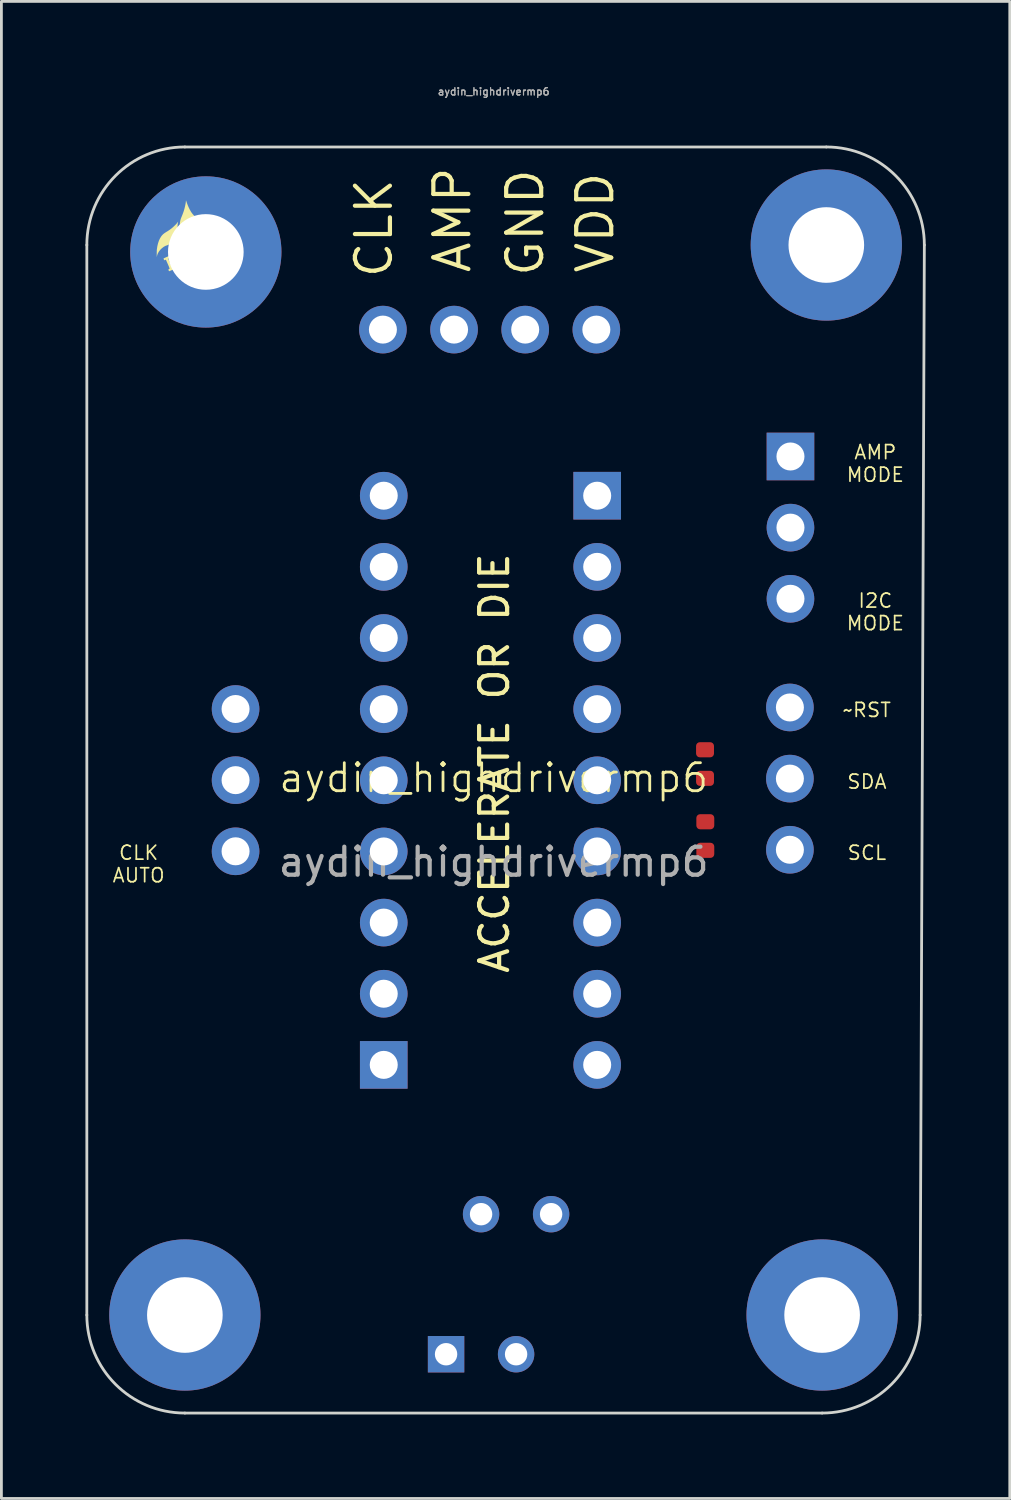
<source format=kicad_pcb>
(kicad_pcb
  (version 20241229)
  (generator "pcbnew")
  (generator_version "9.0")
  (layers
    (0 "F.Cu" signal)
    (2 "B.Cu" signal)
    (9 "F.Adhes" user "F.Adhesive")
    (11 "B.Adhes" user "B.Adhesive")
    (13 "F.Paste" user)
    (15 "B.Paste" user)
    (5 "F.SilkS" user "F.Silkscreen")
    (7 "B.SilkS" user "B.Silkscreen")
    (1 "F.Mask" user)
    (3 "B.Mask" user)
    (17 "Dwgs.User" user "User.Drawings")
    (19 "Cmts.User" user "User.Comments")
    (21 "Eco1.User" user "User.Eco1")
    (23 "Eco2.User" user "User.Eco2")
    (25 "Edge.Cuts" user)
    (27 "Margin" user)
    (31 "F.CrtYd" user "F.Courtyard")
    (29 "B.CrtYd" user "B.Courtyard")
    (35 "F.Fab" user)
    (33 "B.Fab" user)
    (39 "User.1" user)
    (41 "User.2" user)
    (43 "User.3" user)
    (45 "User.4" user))
  (footprint "aydin_highdrivermp6"
    (layer "F.Cu")
    (at 14.575 25.222)
    (property "Reference" "aydin_highdrivermp6" (at 0 -0.5 0) (unlocked yes) (layer "F.SilkS") (effects (font (size 1 1) (thickness 0.1))))
    (attr smd)
    (fp_poly (pts (xy -10.953 -21.027) (xy -10.922 -20.944) (xy -10.885 -20.859) (xy -10.844 -20.777) (xy -10.801 -20.703) (xy -10.789 -20.686) (xy -10.759 -20.645) (xy -10.721 -20.6) (xy -10.679 -20.554) (xy -10.666 -20.541) (xy -10.588 -20.463) (xy -10.622 -20.415) (xy -10.66 -20.362) (xy -10.706 -20.302) (xy -10.758 -20.237) (xy -10.813 -20.169) (xy -10.823 -20.156) (xy -10.867 -20.102) (xy -10.903 -20.052) (xy -10.933 -20.004) (xy -10.959 -19.953) (xy -10.983 -19.897) (xy -11.007 -19.831) (xy -11.011 -19.818) (xy -11.022 -19.785) (xy -11.034 -19.745) (xy -11.046 -19.702) (xy -11.058 -19.658) (xy -11.069 -19.616) (xy -11.078 -19.578) (xy -11.084 -19.549) (xy -11.088 -19.529) (xy -11.088 -19.525) (xy -11.09 -19.511) (xy -11.094 -19.506) (xy -11.098 -19.511) (xy -11.104 -19.528) (xy -11.112 -19.555) (xy -11.122 -19.59) (xy -11.13 -19.623) (xy -11.162 -19.768) (xy -11.186 -19.908) (xy -11.202 -20.04) (xy -11.204 -20.069) (xy -11.209 -20.167) (xy -11.208 -20.255) (xy -11.2 -20.334) (xy -11.186 -20.407) (xy -11.165 -20.477) (xy -11.138 -20.543) (xy -11.103 -20.629) (xy -11.07 -20.721) (xy -11.041 -20.816) (xy -11.018 -20.911) (xy -11 -21) (xy -10.992 -21.056) (xy -10.985 -21.123)) (stroke (width 0) (type solid)) (fill yes) (layer "F.SilkS"))
    (fp_poly (pts (xy -11.581 -19.099) (xy -11.572 -19.08) (xy -11.566 -19.067) (xy -11.566 -19.064) (xy -11.572 -19.06) (xy -11.587 -19.053) (xy -11.594 -19.05) (xy -11.622 -19.039) (xy -11.569 -18.917) (xy -11.551 -18.875) (xy -11.533 -18.834) (xy -11.517 -18.798) (xy -11.505 -18.769) (xy -11.498 -18.754) (xy -11.479 -18.712) (xy -11.457 -18.724) (xy -11.438 -18.732) (xy -11.426 -18.731) (xy -11.416 -18.719) (xy -11.407 -18.701) (xy -11.393 -18.671) (xy -11.486 -18.63) (xy -11.52 -18.615) (xy -11.55 -18.603) (xy -11.572 -18.594) (xy -11.584 -18.59) (xy -11.586 -18.59) (xy -11.593 -18.596) (xy -11.601 -18.611) (xy -11.605 -18.619) (xy -11.612 -18.643) (xy -11.61 -18.657) (xy -11.599 -18.662) (xy -11.599 -18.662) (xy -11.586 -18.666) (xy -11.577 -18.672) (xy -11.574 -18.675) (xy -11.572 -18.682) (xy -11.574 -18.691) (xy -11.578 -18.706) (xy -11.585 -18.727) (xy -11.596 -18.755) (xy -11.611 -18.791) (xy -11.631 -18.837) (xy -11.655 -18.893) (xy -11.686 -18.962) (xy -11.688 -18.968) (xy -11.704 -19.002) (xy -11.73 -18.991) (xy -11.747 -18.984) (xy -11.757 -18.981) (xy -11.758 -18.98) (xy -11.764 -18.986) (xy -11.772 -19.001) (xy -11.779 -19.019) (xy -11.785 -19.036) (xy -11.785 -19.045) (xy -11.785 -19.046) (xy -11.776 -19.05) (xy -11.757 -19.06) (xy -11.73 -19.072) (xy -11.697 -19.087) (xy -11.688 -19.091) (xy -11.596 -19.131)) (stroke (width 0) (type solid)) (fill yes) (layer "F.SilkS"))
    (fp_poly (pts (xy -10.878 -19.522) (xy -10.859 -19.498) (xy -10.847 -19.478) (xy -10.842 -19.465) (xy -10.843 -19.461) (xy -10.852 -19.459) (xy -10.871 -19.456) (xy -10.892 -19.454) (xy -10.943 -19.445) (xy -10.989 -19.426) (xy -11.028 -19.399) (xy -11.057 -19.365) (xy -11.07 -19.338) (xy -11.076 -19.299) (xy -11.07 -19.258) (xy -11.054 -19.217) (xy -11.029 -19.177) (xy -10.998 -19.142) (xy -10.962 -19.115) (xy -10.922 -19.097) (xy -10.903 -19.092) (xy -10.869 -19.093) (xy -10.832 -19.105) (xy -10.796 -19.126) (xy -10.778 -19.142) (xy -10.762 -19.161) (xy -10.745 -19.185) (xy -10.731 -19.21) (xy -10.721 -19.232) (xy -10.719 -19.243) (xy -10.715 -19.256) (xy -10.708 -19.267) (xy -10.7 -19.275) (xy -10.694 -19.275) (xy -10.684 -19.265) (xy -10.679 -19.259) (xy -10.659 -19.235) (xy -10.647 -19.219) (xy -10.643 -19.206) (xy -10.645 -19.194) (xy -10.653 -19.178) (xy -10.653 -19.178) (xy -10.685 -19.126) (xy -10.725 -19.082) (xy -10.771 -19.047) (xy -10.82 -19.021) (xy -10.871 -19.007) (xy -10.921 -19.005) (xy -10.947 -19.009) (xy -10.996 -19.028) (xy -11.043 -19.059) (xy -11.085 -19.1) (xy -11.121 -19.15) (xy -11.149 -19.205) (xy -11.158 -19.243) (xy -11.161 -19.287) (xy -11.158 -19.331) (xy -11.149 -19.364) (xy -11.123 -19.411) (xy -11.085 -19.454) (xy -11.037 -19.491) (xy -10.981 -19.52) (xy -10.948 -19.531) (xy -10.899 -19.547)) (stroke (width 0) (type solid)) (fill yes) (layer "F.SilkS"))
    (fp_poly (pts (xy -11.266 -20.356) (xy -11.269 -20.339) (xy -11.274 -20.315) (xy -11.275 -20.314) (xy -11.279 -20.291) (xy -11.282 -20.264) (xy -11.284 -20.228) (xy -11.286 -20.183) (xy -11.286 -20.127) (xy -11.286 -20.098) (xy -11.286 -20.041) (xy -11.286 -19.996) (xy -11.285 -19.959) (xy -11.282 -19.928) (xy -11.279 -19.899) (xy -11.275 -19.871) (xy -11.271 -19.849) (xy -11.264 -19.814) (xy -11.258 -19.784) (xy -11.253 -19.761) (xy -11.25 -19.75) (xy -11.25 -19.742) (xy -11.255 -19.734) (xy -11.267 -19.723) (xy -11.289 -19.708) (xy -11.31 -19.695) (xy -11.369 -19.66) (xy -11.43 -19.626) (xy -11.492 -19.593) (xy -11.551 -19.563) (xy -11.607 -19.537) (xy -11.655 -19.516) (xy -11.694 -19.502) (xy -11.703 -19.5) (xy -11.721 -19.492) (xy -11.746 -19.479) (xy -11.774 -19.463) (xy -11.779 -19.46) (xy -11.844 -19.411) (xy -11.902 -19.355) (xy -11.95 -19.295) (xy -11.987 -19.231) (xy -12.012 -19.167) (xy -12.021 -19.126) (xy -12.024 -19.105) (xy -12.026 -19.097) (xy -12.028 -19.102) (xy -12.028 -19.111) (xy -12.029 -19.138) (xy -12.03 -19.174) (xy -12.03 -19.215) (xy -12.029 -19.258) (xy -12.028 -19.299) (xy -12.027 -19.334) (xy -12.026 -19.36) (xy -12.025 -19.366) (xy -12.008 -19.48) (xy -11.984 -19.582) (xy -11.954 -19.673) (xy -11.917 -19.755) (xy -11.873 -19.828) (xy -11.853 -19.855) (xy -11.826 -19.886) (xy -11.795 -19.916) (xy -11.756 -19.946) (xy -11.708 -19.978) (xy -11.674 -19.999) (xy -11.635 -20.023) (xy -11.593 -20.051) (xy -11.554 -20.078) (xy -11.533 -20.093) (xy -11.495 -20.123) (xy -11.453 -20.158) (xy -11.412 -20.197) (xy -11.372 -20.235) (xy -11.336 -20.272) (xy -11.308 -20.304) (xy -11.293 -20.323) (xy -11.279 -20.343) (xy -11.269 -20.357) (xy -11.265 -20.363)) (stroke (width 0) (type solid)) (fill yes) (layer "F.SilkS"))
    (fp_poly (pts (xy -10.398 -20.112) (xy -10.383 -20.102) (xy -10.365 -20.088) (xy -10.349 -20.074) (xy -10.338 -20.063) (xy -10.335 -20.059) (xy -10.341 -20.053) (xy -10.357 -20.043) (xy -10.38 -20.031) (xy -10.382 -20.03) (xy -10.42 -20.008) (xy -10.453 -19.98) (xy -10.481 -19.949) (xy -10.501 -19.917) (xy -10.511 -19.887) (xy -10.511 -19.861) (xy -10.508 -19.854) (xy -10.492 -19.833) (xy -10.469 -19.822) (xy -10.448 -19.823) (xy -10.435 -19.829) (xy -10.415 -19.843) (xy -10.39 -19.863) (xy -10.367 -19.882) (xy -10.328 -19.914) (xy -10.296 -19.938) (xy -10.269 -19.953) (xy -10.244 -19.962) (xy -10.22 -19.964) (xy -10.216 -19.964) (xy -10.179 -19.96) (xy -10.148 -19.944) (xy -10.12 -19.918) (xy -10.095 -19.88) (xy -10.083 -19.837) (xy -10.085 -19.791) (xy -10.1 -19.743) (xy -10.128 -19.694) (xy -10.165 -19.647) (xy -10.189 -19.624) (xy -10.215 -19.601) (xy -10.241 -19.582) (xy -10.263 -19.567) (xy -10.279 -19.56) (xy -10.282 -19.559) (xy -10.291 -19.563) (xy -10.308 -19.574) (xy -10.326 -19.586) (xy -10.345 -19.601) (xy -10.358 -19.614) (xy -10.362 -19.621) (xy -10.354 -19.627) (xy -10.337 -19.635) (xy -10.314 -19.645) (xy -10.276 -19.664) (xy -10.24 -19.691) (xy -10.208 -19.722) (xy -10.183 -19.755) (xy -10.169 -19.785) (xy -10.165 -19.818) (xy -10.172 -19.844) (xy -10.19 -19.862) (xy -10.199 -19.866) (xy -10.215 -19.87) (xy -10.231 -19.868) (xy -10.25 -19.859) (xy -10.273 -19.843) (xy -10.303 -19.818) (xy -10.317 -19.806) (xy -10.36 -19.77) (xy -10.397 -19.745) (xy -10.431 -19.731) (xy -10.462 -19.726) (xy -10.465 -19.726) (xy -10.497 -19.732) (xy -10.53 -19.749) (xy -10.559 -19.774) (xy -10.582 -19.803) (xy -10.593 -19.831) (xy -10.595 -19.881) (xy -10.583 -19.931) (xy -10.556 -19.982) (xy -10.519 -20.03) (xy -10.497 -20.052) (xy -10.472 -20.074) (xy -10.447 -20.093) (xy -10.426 -20.108) (xy -10.411 -20.116) (xy -10.407 -20.116)) (stroke (width 0) (type solid)) (fill yes) (layer "F.SilkS"))
    (fp_line (start -14.525 -19.525) (end -14.525 18.675) (stroke (width 0.1) (type solid)) (layer "Edge.Cuts"))
    (fp_line (start -11.025 22.175) (end 11.725 22.175) (stroke (width 0.1) (type solid)) (layer "Edge.Cuts"))
    (fp_line (start 11.875 -23.025) (end -11.025 -23.025) (stroke (width 0.1) (type solid)) (layer "Edge.Cuts"))
    (fp_line (start 15.225 18.675) (end 15.375 -19.525) (stroke (width 0.1) (type solid)) (layer "Edge.Cuts"))
    (fp_arc (start -14.525126 -19.525126) (mid -13.5 -22) (end -11.025126 -23.025126) (stroke (width 0.1) (type solid)) (layer "Edge.Cuts"))
    (fp_arc (start -11.025125 22.174873) (mid -13.499999 21.149747) (end -14.525125 18.674873) (stroke (width 0.1) (type solid)) (layer "Edge.Cuts"))
    (fp_arc (start 11.874873 -23.025125) (mid 14.349743 -21.999997) (end 15.374873 -19.525125) (stroke (width 0.1) (type solid)) (layer "Edge.Cuts"))
    (fp_arc (start 15.224873 18.674873) (mid 14.199746 21.149746) (end 11.724873 22.174873) (stroke (width 0.1) (type solid)) (layer "Edge.Cuts"))
    (fp_text user "SDA" (at 13.325 -0.365 0) (unlocked yes) (layer "F.SilkS") (effects (font (size 0.5 0.5) (thickness 0.062))))
    (fp_text user "ACCELERATE OR DIE" (at 0.025 -1.025 90) (unlocked yes) (layer "F.SilkS") (effects (font (size 1 1) (thickness 0.15))))
    (fp_text user "CLK\nAUTO" (at -12.675 2.575 0) (unlocked yes) (layer "F.SilkS") (effects (font (size 0.5 0.5) (thickness 0.062))))
    (fp_text user "SCL" (at 13.325 2.175 0) (unlocked yes) (layer "F.SilkS") (effects (font (size 0.5 0.5) (thickness 0.062))))
    (fp_text user "~RST" (at 13.325 -2.925 0) (unlocked yes) (layer "F.SilkS") (effects (font (size 0.5 0.5) (thickness 0.062))))
    (fp_text user "GND" (at 1.125 -20.325 90) (unlocked yes) (layer "F.SilkS") (effects (font (size 1.25 1.25) (thickness 0.15))))
    (fp_text user "I2C\nMODE" (at 13.625 -6.425 0) (unlocked yes) (layer "F.SilkS") (effects (font (size 0.5 0.5) (thickness 0.062))))
    (fp_text user "AMP" (at -1.475 -20.425 90) (unlocked yes) (layer "F.SilkS") (effects (font (size 1.25 1.25) (thickness 0.15))))
    (fp_text user "CLK" (at -4.275 -20.125 90) (unlocked yes) (layer "F.SilkS") (effects (font (size 1.25 1.25) (thickness 0.15))))
    (fp_text user "AMP\nMODE" (at 13.625 -11.725 0) (unlocked yes) (layer "F.SilkS") (effects (font (size 0.5 0.5) (thickness 0.062))))
    (fp_text user "VDD" (at 3.625 -20.325 90) (unlocked yes) (layer "F.SilkS") (effects (font (size 1.25 1.25) (thickness 0.15))))
    (fp_text user "${REFERENCE}" (at 0 -25 0) (layer "F.Fab") (effects (font (size 0.26 0.26) (thickness 0.04))))
    (fp_text user "${REFERENCE}" (at 0 2.5 0) (unlocked yes) (layer "F.Fab") (effects (font (size 1 1) (thickness 0.15))))
    (fp_text user "${REFERENCE}" (at 0 -25 0) (layer "F.Fab") (effects (font (size 0.26 0.26) (thickness 0.04))))
    (pad "1" thru_hole circle (at -11.025 18.675) (size 5.4 5.4) (drill 2.7) (layers "*.Cu" "*.Mask"))
    (pad "1" thru_hole circle (at -10.277 -19.277) (size 5.4 5.4) (drill 2.7) (layers "*.Cu" "*.Mask"))
    (pad "1" thru_hole circle (at -9.215 2.12 180) (size 1.7 1.7) (drill 1) (layers "*.Cu" "*.Mask"))
    (pad "1" thru_hole rect (at -3.925 9.745 180) (size 1.7 1.7) (drill 1) (layers "*.Cu" "*.Mask"))
    (pad "1" thru_hole rect (at -1.7 20.075) (size 1.3 1.3) (drill 0.8) (layers "*.Cu"))
    (pad "1" thru_hole circle (at 3.665 -16.505 270) (size 1.7 1.7) (drill 1) (layers "*.Cu" "*.Mask"))
    (pad "1" thru_hole rect (at 3.695 -10.575) (size 1.7 1.7) (drill 1) (layers "*.Cu" "*.Mask"))
    (pad "1" smd roundrect (at 7.545 -0.485 90) (size 0.54 0.64) (layers "F.Cu" "F.Mask" "F.Paste") (roundrect_rratio 0.25))
    (pad "1" smd roundrect (at 7.555 2.085 90) (size 0.54 0.64) (layers "F.Cu" "F.Mask" "F.Paste") (roundrect_rratio 0.25))
    (pad "1" thru_hole circle (at 10.575 2.065 180) (size 1.7 1.7) (drill 1) (layers "*.Cu" "*.Mask"))
    (pad "1" thru_hole rect (at 10.595 -11.975) (size 1.7 1.7) (drill 1) (layers "*.Cu" "*.Mask"))
    (pad "1" thru_hole circle (at 11.725 18.675) (size 5.4 5.4) (drill 2.7) (layers "*.Cu" "*.Mask"))
    (pad "1" thru_hole circle (at 11.875 -19.525) (size 5.4 5.4) (drill 2.7) (layers "*.Cu" "*.Mask"))
    (pad "2" thru_hole oval (at -9.215 -0.42 180) (size 1.7 1.7) (drill 1) (layers "*.Cu" "*.Mask"))
    (pad "2" thru_hole oval (at -3.925 7.205 180) (size 1.7 1.7) (drill 1) (layers "*.Cu" "*.Mask"))
    (pad "2" thru_hole circle (at -0.45 15.075) (size 1.3 1.3) (drill 0.8) (layers "*.Cu"))
    (pad "2" thru_hole oval (at 1.125 -16.505 270) (size 1.7 1.7) (drill 1) (layers "*.Cu" "*.Mask"))
    (pad "2" thru_hole oval (at 3.695 -8.035) (size 1.7 1.7) (drill 1) (layers "*.Cu" "*.Mask"))
    (pad "2" smd roundrect (at 7.545 -1.505 90) (size 0.54 0.64) (layers "F.Cu" "F.Mask" "F.Paste") (roundrect_rratio 0.25))
    (pad "2" smd roundrect (at 7.555 1.065 90) (size 0.54 0.64) (layers "F.Cu" "F.Mask" "F.Paste") (roundrect_rratio 0.25))
    (pad "2" thru_hole oval (at 10.575 -0.475 180) (size 1.7 1.7) (drill 1) (layers "*.Cu" "*.Mask"))
    (pad "2" thru_hole oval (at 10.595 -9.435) (size 1.7 1.7) (drill 1) (layers "*.Cu" "*.Mask"))
    (pad "3" thru_hole oval (at -9.215 -2.96 180) (size 1.7 1.7) (drill 1) (layers "*.Cu" "*.Mask"))
    (pad "3" thru_hole oval (at -3.925 4.665 180) (size 1.7 1.7) (drill 1) (layers "*.Cu" "*.Mask"))
    (pad "3" thru_hole oval (at -1.415 -16.505 270) (size 1.7 1.7) (drill 1) (layers "*.Cu" "*.Mask"))
    (pad "3" thru_hole circle (at 0.8 20.075) (size 1.3 1.3) (drill 0.8) (layers "*.Cu"))
    (pad "3" thru_hole oval (at 3.695 -5.495) (size 1.7 1.7) (drill 1) (layers "*.Cu" "*.Mask"))
    (pad "3" thru_hole oval (at 10.575 -3.015 180) (size 1.7 1.7) (drill 1) (layers "*.Cu" "*.Mask"))
    (pad "3" thru_hole oval (at 10.595 -6.895) (size 1.7 1.7) (drill 1) (layers "*.Cu" "*.Mask"))
    (pad "4" thru_hole oval (at -3.955 -16.505 270) (size 1.7 1.7) (drill 1) (layers "*.Cu" "*.Mask"))
    (pad "4" thru_hole oval (at -3.925 2.125 180) (size 1.7 1.7) (drill 1) (layers "*.Cu" "*.Mask"))
    (pad "4" thru_hole circle (at 2.05 15.075) (size 1.3 1.3) (drill 0.8) (layers "*.Cu"))
    (pad "4" thru_hole oval (at 3.695 -2.955) (size 1.7 1.7) (drill 1) (layers "*.Cu" "*.Mask"))
    (pad "5" thru_hole oval (at -3.925 -0.415 180) (size 1.7 1.7) (drill 1) (layers "*.Cu" "*.Mask"))
    (pad "5" thru_hole oval (at 3.695 -0.415) (size 1.7 1.7) (drill 1) (layers "*.Cu" "*.Mask"))
    (pad "6" thru_hole oval (at -3.925 -2.955 180) (size 1.7 1.7) (drill 1) (layers "*.Cu" "*.Mask"))
    (pad "6" thru_hole oval (at 3.695 2.125) (size 1.7 1.7) (drill 1) (layers "*.Cu" "*.Mask"))
    (pad "7" thru_hole oval (at -3.925 -5.495 180) (size 1.7 1.7) (drill 1) (layers "*.Cu" "*.Mask"))
    (pad "7" thru_hole oval (at 3.695 4.665) (size 1.7 1.7) (drill 1) (layers "*.Cu" "*.Mask"))
    (pad "8" thru_hole oval (at -3.925 -8.035 180) (size 1.7 1.7) (drill 1) (layers "*.Cu" "*.Mask"))
    (pad "8" thru_hole oval (at 3.695 7.205) (size 1.7 1.7) (drill 1) (layers "*.Cu" "*.Mask"))
    (pad "9" thru_hole oval (at -3.925 -10.575 180) (size 1.7 1.7) (drill 1) (layers "*.Cu" "*.Mask"))
    (pad "9" thru_hole oval (at 3.695 9.745) (size 1.7 1.7) (drill 1) (layers "*.Cu" "*.Mask")))
  (gr_rect
    (start -3 -3)
    (end 33 50.447)
    (stroke (width 0.1) (type default))
    (fill no)
    (layer "Edge.Cuts")))
</source>
